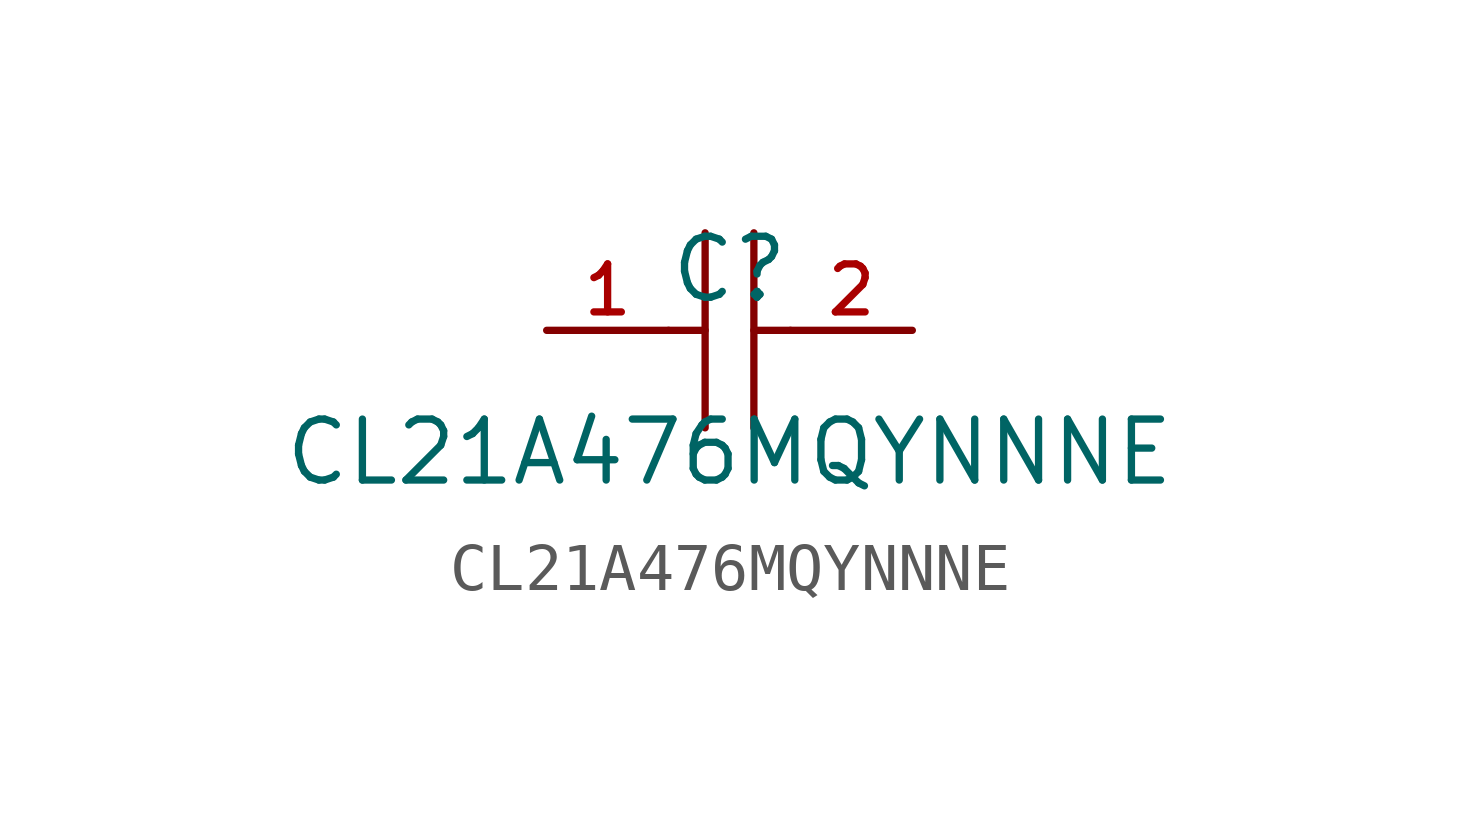
<source format=kicad_sym>
(kicad_symbol_lib
  (version 20210201)
  (generator TousstNicolas/JLC2KiCad_lib)
  (symbol "CL21A476MQYNNNE"
    (pin_names hide)
    (property "Reference" "C"
      (at 0 1.27 0)
      (effects (font (size 1.27 1.27))))
    (property "Value" "CL21A476MQYNNNE"
      (at 0 -2.54 0)
      (effects (font (size 1.27 1.27))))
    (symbol "CL21A476MQYNNNE_0_1"
      (polyline (pts (xy -0.508 2.032) (xy -0.508 -2.032)) (stroke (width 0) (type default) (color 0 0 0 0)) (fill (type none)))
      (polyline (pts (xy 0.508 2.032) (xy 0.508 -2.032)) (stroke (width 0) (type default) (color 0 0 0 0)) (fill (type none)))
      (pin input line (at -3.81 -0.0 0) (length 2.54) (name "1" (effects (font (size 1 1)))) (number "1" (effects (font (size 1 1)))))
      (pin input line (at 3.81 -0.0 180) (length 2.54) (name "2" (effects (font (size 1 1)))) (number "2" (effects (font (size 1 1)))))
      (polyline (pts (xy -1.27 -0.0) (xy -0.508 -0.0)) (stroke (width 0) (type default) (color 0 0 0 0)) (fill (type none)))
      (polyline (pts (xy 0.508 -0.0) (xy 1.27 -0.0)) (stroke (width 0) (type default) (color 0 0 0 0)) (fill (type none))))))
</source>
